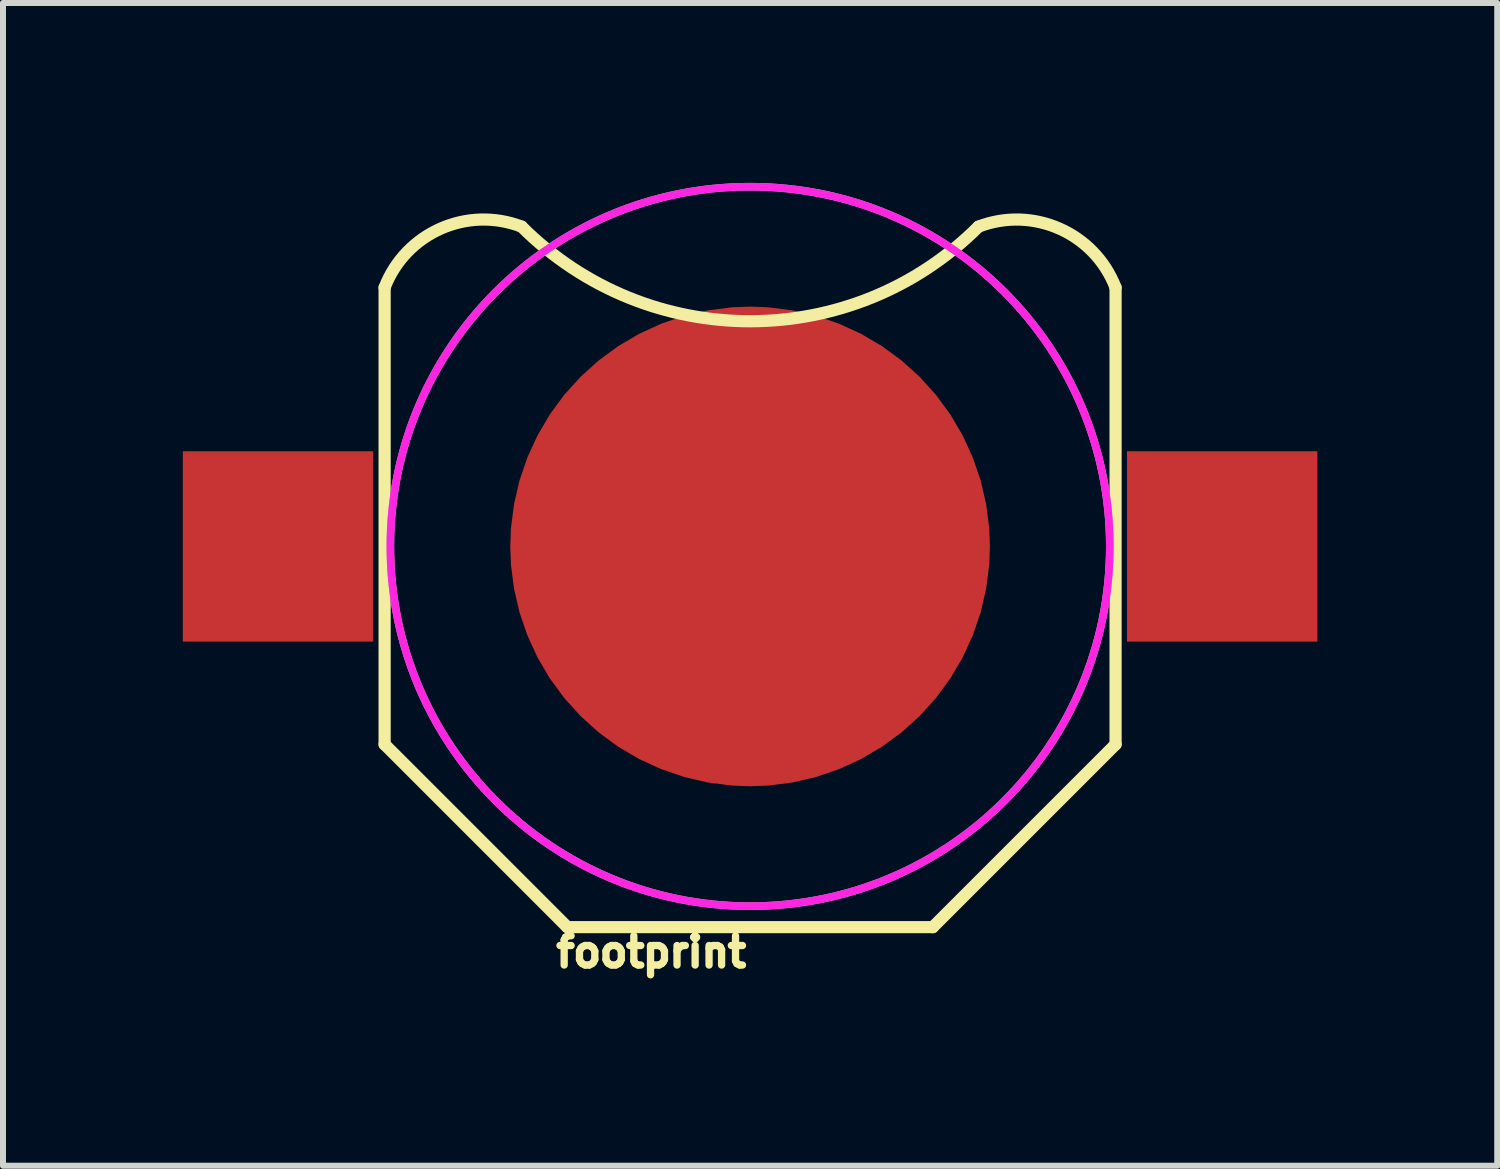
<source format=kicad_pcb>
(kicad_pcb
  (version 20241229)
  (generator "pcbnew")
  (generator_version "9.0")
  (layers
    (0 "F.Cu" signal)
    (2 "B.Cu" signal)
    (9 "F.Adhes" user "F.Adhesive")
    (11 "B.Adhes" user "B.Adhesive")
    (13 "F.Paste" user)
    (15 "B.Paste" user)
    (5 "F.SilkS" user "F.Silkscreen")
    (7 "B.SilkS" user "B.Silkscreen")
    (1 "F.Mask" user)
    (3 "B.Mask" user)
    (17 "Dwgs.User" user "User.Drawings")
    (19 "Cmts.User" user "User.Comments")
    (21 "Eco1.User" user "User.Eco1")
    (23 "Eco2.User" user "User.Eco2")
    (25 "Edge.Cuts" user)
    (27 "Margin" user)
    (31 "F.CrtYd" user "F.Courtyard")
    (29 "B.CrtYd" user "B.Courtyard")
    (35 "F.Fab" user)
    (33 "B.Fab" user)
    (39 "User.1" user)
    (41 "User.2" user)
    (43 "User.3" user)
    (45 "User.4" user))
  (footprint "footprint"
    (layer "F.Cu")
    (at 9.461 6.064)
    (property "Reference" "footprint" (at 0 6.477 0) (layer "F.SilkS") (effects (font (size 0.488 0.488) (thickness 0.122)) (justify right top)))
    (fp_line (start -6.096 3.302) (end -6.096 -4.318) (stroke (width 0.203) (type solid)) (layer "F.SilkS"))
    (fp_line (start -3.048 6.35) (end -6.096 3.302) (stroke (width 0.203) (type solid)) (layer "F.SilkS"))
    (fp_line (start 3.048 6.35) (end -3.048 6.35) (stroke (width 0.203) (type solid)) (layer "F.SilkS"))
    (fp_line (start 6.096 -4.318) (end 6.096 3.302) (stroke (width 0.203) (type solid)) (layer "F.SilkS"))
    (fp_line (start 6.096 3.302) (end 3.048 6.35) (stroke (width 0.203) (type solid)) (layer "F.SilkS"))
    (fp_arc (start -6.096 -4.318) (mid -5.16342 -5.299446) (end -3.81 -5.334) (stroke (width 0.2032) (type solid)) (layer "F.SilkS"))
    (fp_arc (start 3.81 -5.334) (mid 0 -3.755846) (end -3.81 -5.334) (stroke (width 0.2032) (type solid)) (layer "F.SilkS"))
    (fp_arc (start 3.81 -5.334) (mid 5.16342 -5.299446) (end 6.096 -4.318) (stroke (width 0.2032) (type solid)) (layer "F.SilkS"))
    (fp_circle (center 0 0) (end 1 0) (stroke (width 2) (type solid)) (fill no) (layer "F.Paste"))
    (fp_circle (center 0 0) (end 6 0) (stroke (width 0.127) (type solid)) (fill no) (layer "F.CrtYd"))
    (fp_circle (center 0 0) (end 6 0) (stroke (width 0.127) (type solid)) (fill no) (layer "F.Fab"))
    (pad "GND" smd roundrect (at 0 0) (size 8 8) (layers "F.Cu" "F.Mask") (roundrect_rratio 0.5))
    (pad "PWR@1" smd rect (at -7.874 0) (size 3.175 3.175) (layers "F.Cu" "F.Mask" "F.Paste"))
    (pad "PWR@2" smd rect (at 7.874 0) (size 3.175 3.175) (layers "F.Cu" "F.Mask" "F.Paste")))
  (gr_rect
    (start -3 -3)
    (end 21.923 16.394)
    (stroke (width 0.1) (type default))
    (fill no)
    (layer "Edge.Cuts")))
</source>
